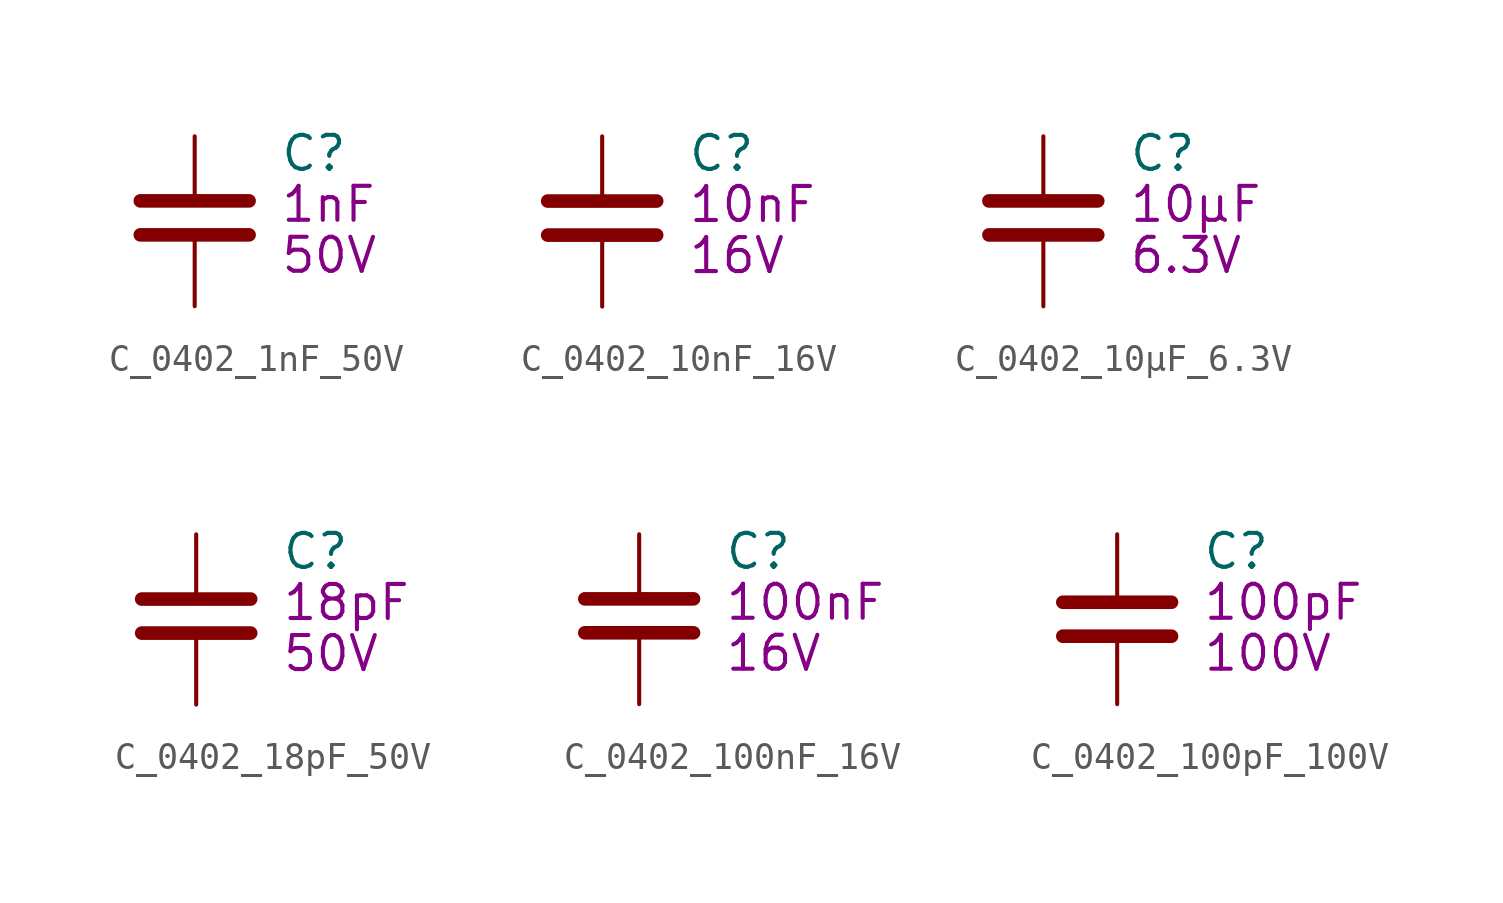
<source format=kicad_sym>
(kicad_symbol_lib
  (version 20211014)
  (generator kicad_symbol_editor)
  (symbol "C_0402_1nF_50V"
    (pin_numbers hide)
    (pin_names
      (offset 1.016) hide)
    (property "Reference" "C"
      (at 3.175 1.905 0)
      (effects (font (size 1.27 1.27)) (justify left)))
    (property "Displayed Value" "1nF"
      (at 3.175 0 0)
      (effects (font (size 1.27 1.27)) (justify left)))
    (property "Voltage" "50V"
      (at 3.175 -1.905 0)
      (effects (font (size 1.27 1.27)) (justify left)))
    (symbol "C_0402_1nF_50V_0_1"
      (polyline (pts (xy -2.032 -1.143) (xy 2.032 -1.143)) (stroke (width 0.508) (type default) (color 0 0 0 0)) (fill (type none)))
      (polyline (pts (xy -2.032 0.127) (xy 2.032 0.127)) (stroke (width 0.508) (type default) (color 0 0 0 0)) (fill (type none))))
    (symbol "C_0402_1nF_50V_1_1"
      (pin passive line (at 0 2.54 270) (length 2.54) (name "~" (effects (font (size 1.27 1.27)))) (number "1" (effects (font (size 1.27 1.27)))))
      (pin passive line (at 0 -3.81 90) (length 2.54) (name "~" (effects (font (size 1.27 1.27)))) (number "2" (effects (font (size 1.27 1.27)))))))
  (symbol "C_0402_10nF_16V"
    (pin_numbers hide)
    (pin_names
      (offset 1.016) hide)
    (property "Reference" "C"
      (at 3.175 1.905 0)
      (effects (font (size 1.27 1.27)) (justify left)))
    (property "Displayed Value" "10nF"
      (at 3.175 0 0)
      (effects (font (size 1.27 1.27)) (justify left)))
    (property "Voltage" "16V"
      (at 3.175 -1.905 0)
      (effects (font (size 1.27 1.27)) (justify left)))
    (symbol "C_0402_10nF_16V_0_1"
      (polyline (pts (xy -2.032 -1.143) (xy 2.032 -1.143)) (stroke (width 0.508) (type default) (color 0 0 0 0)) (fill (type none)))
      (polyline (pts (xy -2.032 0.127) (xy 2.032 0.127)) (stroke (width 0.508) (type default) (color 0 0 0 0)) (fill (type none))))
    (symbol "C_0402_10nF_16V_1_1"
      (pin passive line (at 0 2.54 270) (length 2.54) (name "~" (effects (font (size 1.27 1.27)))) (number "1" (effects (font (size 1.27 1.27)))))
      (pin passive line (at 0 -3.81 90) (length 2.54) (name "~" (effects (font (size 1.27 1.27)))) (number "2" (effects (font (size 1.27 1.27)))))))
  (symbol "C_0402_10µF_6.3V"
    (pin_numbers hide)
    (pin_names
      (offset 1.016) hide)
    (property "Reference" "C"
      (at 3.175 1.905 0)
      (effects (font (size 1.27 1.27)) (justify left)))
    (property "Displayed Value" "10µF"
      (at 3.175 0 0)
      (effects (font (size 1.27 1.27)) (justify left)))
    (property "Voltage" "6.3V"
      (at 3.175 -1.905 0)
      (effects (font (size 1.27 1.27)) (justify left)))
    (symbol "C_0402_10µF_6.3V_0_1"
      (polyline (pts (xy -2.032 -1.143) (xy 2.032 -1.143)) (stroke (width 0.508) (type default) (color 0 0 0 0)) (fill (type none)))
      (polyline (pts (xy -2.032 0.127) (xy 2.032 0.127)) (stroke (width 0.508) (type default) (color 0 0 0 0)) (fill (type none))))
    (symbol "C_0402_10µF_6.3V_1_1"
      (pin passive line (at 0 2.54 270) (length 2.54) (name "~" (effects (font (size 1.27 1.27)))) (number "1" (effects (font (size 1.27 1.27)))))
      (pin passive line (at 0 -3.81 90) (length 2.54) (name "~" (effects (font (size 1.27 1.27)))) (number "2" (effects (font (size 1.27 1.27)))))))
  (symbol "C_0402_18pF_50V"
    (pin_numbers hide)
    (pin_names
      (offset 1.016) hide)
    (property "Reference" "C"
      (at 3.175 1.905 0)
      (effects (font (size 1.27 1.27)) (justify left)))
    (property "Displayed Value" "18pF"
      (at 3.175 0 0)
      (effects (font (size 1.27 1.27)) (justify left)))
    (property "Voltage" "50V"
      (at 3.175 -1.905 0)
      (effects (font (size 1.27 1.27)) (justify left)))
    (symbol "C_0402_18pF_50V_0_1"
      (polyline (pts (xy -2.032 -1.143) (xy 2.032 -1.143)) (stroke (width 0.508) (type default) (color 0 0 0 0)) (fill (type none)))
      (polyline (pts (xy -2.032 0.127) (xy 2.032 0.127)) (stroke (width 0.508) (type default) (color 0 0 0 0)) (fill (type none))))
    (symbol "C_0402_18pF_50V_1_1"
      (pin passive line (at 0 2.54 270) (length 2.54) (name "~" (effects (font (size 1.27 1.27)))) (number "1" (effects (font (size 1.27 1.27)))))
      (pin passive line (at 0 -3.81 90) (length 2.54) (name "~" (effects (font (size 1.27 1.27)))) (number "2" (effects (font (size 1.27 1.27)))))))
  (symbol "C_0402_100nF_16V"
    (pin_numbers hide)
    (pin_names
      (offset 1.016) hide)
    (property "Reference" "C"
      (at 3.175 1.905 0)
      (effects (font (size 1.27 1.27)) (justify left)))
    (property "Displayed Value" "100nF"
      (at 3.175 0 0)
      (effects (font (size 1.27 1.27)) (justify left)))
    (property "Voltage" "16V"
      (at 3.175 -1.905 0)
      (effects (font (size 1.27 1.27)) (justify left)))
    (symbol "C_0402_100nF_16V_0_1"
      (polyline (pts (xy -2.032 -1.143) (xy 2.032 -1.143)) (stroke (width 0.508) (type default) (color 0 0 0 0)) (fill (type none)))
      (polyline (pts (xy -2.032 0.127) (xy 2.032 0.127)) (stroke (width 0.508) (type default) (color 0 0 0 0)) (fill (type none))))
    (symbol "C_0402_100nF_16V_1_1"
      (pin passive line (at 0 2.54 270) (length 2.54) (name "~" (effects (font (size 1.27 1.27)))) (number "1" (effects (font (size 1.27 1.27)))))
      (pin passive line (at 0 -3.81 90) (length 2.54) (name "~" (effects (font (size 1.27 1.27)))) (number "2" (effects (font (size 1.27 1.27)))))))
  (symbol "C_0402_100pF_100V"
    (pin_numbers hide)
    (pin_names
      (offset 1.016) hide)
    (property "Reference" "C"
      (at 3.175 3.175 0)
      (effects (font (size 1.27 1.27)) (justify left)))
    (property "Displayed Value" "100pF"
      (at 3.175 1.27 0)
      (effects (font (size 1.27 1.27)) (justify left)))
    (property "Voltage" "100V"
      (at 3.175 -0.635 0)
      (effects (font (size 1.27 1.27)) (justify left)))
    (symbol "C_0402_100pF_100V_0_1"
      (polyline (pts (xy -2.032 0) (xy 2.032 0)) (stroke (width 0.508) (type default) (color 0 0 0 0)) (fill (type none)))
      (polyline (pts (xy -2.032 1.27) (xy 2.032 1.27)) (stroke (width 0.508) (type default) (color 0 0 0 0)) (fill (type none))))
    (symbol "C_0402_100pF_100V_1_1"
      (pin passive line (at 0 3.81 270) (length 2.54) (name "~" (effects (font (size 1.27 1.27)))) (number "1" (effects (font (size 1.27 1.27)))))
      (pin passive line (at 0 -2.54 90) (length 2.54) (name "~" (effects (font (size 1.27 1.27)))) (number "2" (effects (font (size 1.27 1.27))))))))
</source>
